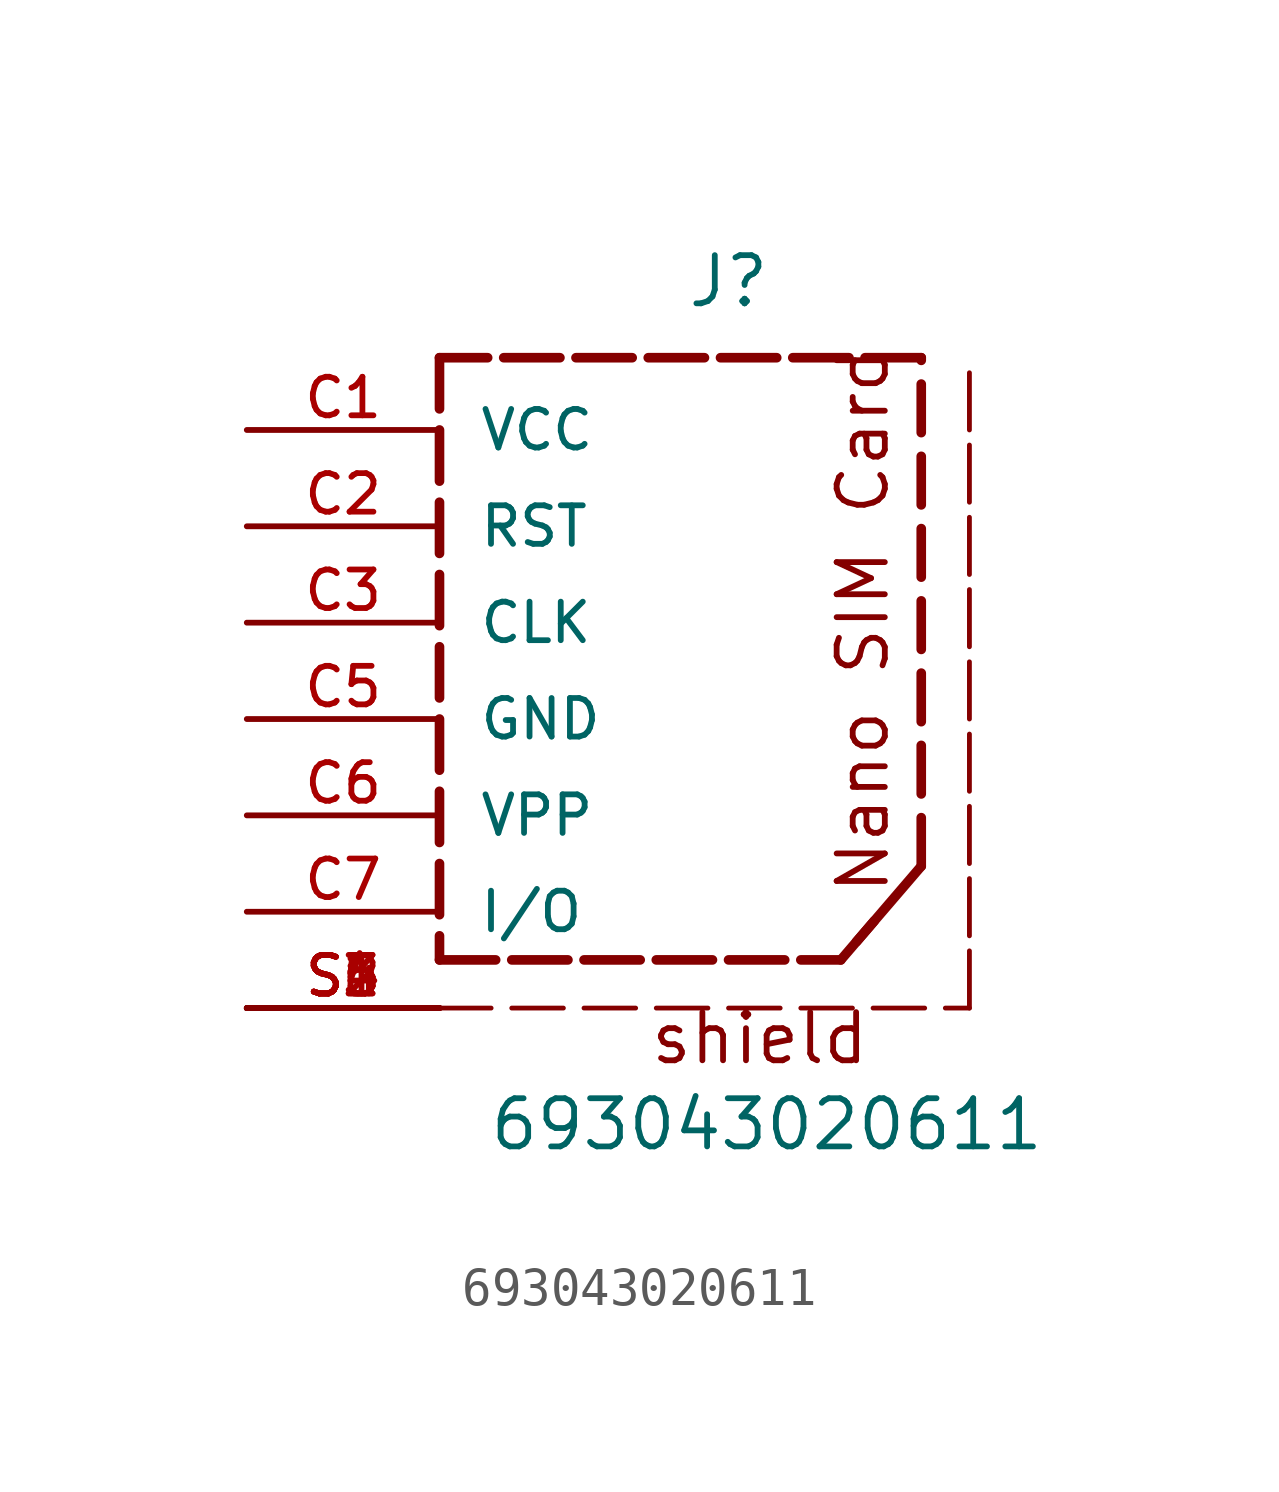
<source format=kicad_sym>
(kicad_symbol_lib
  (version 20211014)
  (generator kicad_symbol_editor)
  (symbol "693043020611"
    (pin_names
      (offset 1.016))
    (property "Reference" "J"
      (at 0.0 8.255 0)
      (effects (font (size 1.27 1.27)) (justify bottom)))
    (property "Value" "693043020611"
      (at -6.35 -13.97 0)
      (effects (font (size 1.27 1.27)) (justify bottom left)))
    (symbol "693043020611_0_0"
      (text "Nano SIM Card" (at 4.283 -7.212 900) (effects (font (size 1.27 1.27)) (justify bottom left)))
      (text "shield" (at -2.12 -11.7 0) (effects (font (size 1.27 1.27)) (justify bottom left)))
      (polyline (pts (xy -7.62 6.985) (xy -7.62 5.636)) (stroke (width 0.254)))
      (polyline (pts (xy -7.62 5.08) (xy -7.62 3.731)) (stroke (width 0.254)))
      (polyline (pts (xy -7.62 3.175) (xy -7.62 1.826)) (stroke (width 0.254)))
      (polyline (pts (xy -7.62 1.27) (xy -7.62 -0.079)) (stroke (width 0.254)))
      (polyline (pts (xy -7.62 -0.635) (xy -7.62 -1.984)) (stroke (width 0.254)))
      (polyline (pts (xy -7.62 -2.54) (xy -7.62 -3.889)) (stroke (width 0.254)))
      (polyline (pts (xy -7.62 -4.445) (xy -7.62 -5.794)) (stroke (width 0.254)))
      (polyline (pts (xy -7.62 -6.35) (xy -7.62 -7.699)) (stroke (width 0.254)))
      (polyline (pts (xy -7.62 -8.255) (xy -7.62 -8.89)) (stroke (width 0.254)))
      (polyline (pts (xy -7.62 -8.89) (xy -6.139 -8.89)) (stroke (width 0.254)))
      (polyline (pts (xy -5.715 -8.89) (xy -4.234 -8.89)) (stroke (width 0.254)))
      (polyline (pts (xy -3.81 -8.89) (xy -2.329 -8.89)) (stroke (width 0.254)))
      (polyline (pts (xy -1.905 -8.89) (xy -0.424 -8.89)) (stroke (width 0.254)))
      (polyline (pts (xy 0.0 -8.89) (xy 1.481 -8.89)) (stroke (width 0.254)))
      (polyline (pts (xy 1.905 -8.89) (xy 2.96 -8.89)) (stroke (width 0.254)))
      (polyline (pts (xy 5.08 6.985) (xy 3.598 6.985)) (stroke (width 0.254)))
      (polyline (pts (xy 3.175 6.985) (xy 1.693 6.985)) (stroke (width 0.254)))
      (polyline (pts (xy 1.27 6.985) (xy -0.212 6.985)) (stroke (width 0.254)))
      (polyline (pts (xy -0.635 6.985) (xy -2.117 6.985)) (stroke (width 0.254)))
      (polyline (pts (xy -2.54 6.985) (xy -4.022 6.985)) (stroke (width 0.254)))
      (polyline (pts (xy -4.445 6.985) (xy -5.927 6.985)) (stroke (width 0.254)))
      (polyline (pts (xy -6.35 6.985) (xy -7.62 6.985)) (stroke (width 0.254)))
      (polyline (pts (xy 5.08 -6.42) (xy 5.08 -5.14)) (stroke (width 0.254)))
      (polyline (pts (xy 5.08 -4.515) (xy 5.08 -3.235)) (stroke (width 0.254)))
      (polyline (pts (xy 5.08 -2.61) (xy 5.08 -1.33)) (stroke (width 0.254)))
      (polyline (pts (xy 5.08 -0.705) (xy 5.08 0.575)) (stroke (width 0.254)))
      (polyline (pts (xy 5.08 1.2) (xy 5.08 2.48)) (stroke (width 0.254)))
      (polyline (pts (xy 5.08 3.105) (xy 5.08 4.385)) (stroke (width 0.254)))
      (polyline (pts (xy 5.08 5.01) (xy 5.08 6.29)) (stroke (width 0.254)))
      (polyline (pts (xy 5.08 6.915) (xy 5.08 6.985)) (stroke (width 0.254)))
      (polyline (pts (xy -7.62 -10.16) (xy -6.259 -10.16)) (stroke (width 0.127)))
      (polyline (pts (xy -5.715 -10.16) (xy -4.354 -10.16)) (stroke (width 0.127)))
      (polyline (pts (xy -3.81 -10.16) (xy -2.449 -10.16)) (stroke (width 0.127)))
      (polyline (pts (xy -1.905 -10.16) (xy -0.544 -10.16)) (stroke (width 0.127)))
      (polyline (pts (xy 0.0 -10.16) (xy 1.361 -10.16)) (stroke (width 0.127)))
      (polyline (pts (xy 1.905 -10.16) (xy 3.266 -10.16)) (stroke (width 0.127)))
      (polyline (pts (xy 3.81 -10.16) (xy 5.171 -10.16)) (stroke (width 0.127)))
      (polyline (pts (xy 5.715 -10.16) (xy 6.35 -10.16)) (stroke (width 0.127)))
      (polyline (pts (xy 6.35 -10.16) (xy 6.35 -8.652)) (stroke (width 0.127)))
      (polyline (pts (xy 6.35 -8.255) (xy 6.35 -6.747)) (stroke (width 0.127)))
      (polyline (pts (xy 6.35 -6.35) (xy 6.35 -4.842)) (stroke (width 0.127)))
      (polyline (pts (xy 6.35 -4.445) (xy 6.35 -2.937)) (stroke (width 0.127)))
      (polyline (pts (xy 6.35 -2.54) (xy 6.35 -1.032)) (stroke (width 0.127)))
      (polyline (pts (xy 6.35 -0.635) (xy 6.35 0.873)) (stroke (width 0.127)))
      (polyline (pts (xy 6.35 1.27) (xy 6.35 2.778)) (stroke (width 0.127)))
      (polyline (pts (xy 6.35 3.175) (xy 6.35 4.683)) (stroke (width 0.127)))
      (polyline (pts (xy 6.35 5.08) (xy 6.35 6.588)) (stroke (width 0.127)))
      (polyline (pts (xy 5.08 -6.42) (xy 3.374 -8.408)) (stroke (width 0.254)))
      (polyline (pts (xy 3.839 -7.866) (xy 2.96 -8.89)) (stroke (width 0.254)))
      (pin bidirectional line (at -12.7 5.08 0) (length 5.08) (name "VCC" (effects (font (size 1.016 1.016)))) (number "C1" (effects (font (size 1.016 1.016)))))
      (pin bidirectional line (at -12.7 2.54 0) (length 5.08) (name "RST" (effects (font (size 1.016 1.016)))) (number "C2" (effects (font (size 1.016 1.016)))))
      (pin bidirectional line (at -12.7 0.0 0) (length 5.08) (name "CLK" (effects (font (size 1.016 1.016)))) (number "C3" (effects (font (size 1.016 1.016)))))
      (pin bidirectional line (at -12.7 -2.54 0) (length 5.08) (name "GND" (effects (font (size 1.016 1.016)))) (number "C5" (effects (font (size 1.016 1.016)))))
      (pin bidirectional line (at -12.7 -5.08 0) (length 5.08) (name "VPP" (effects (font (size 1.016 1.016)))) (number "C6" (effects (font (size 1.016 1.016)))))
      (pin bidirectional line (at -12.7 -7.62 0) (length 5.08) (name "I/O" (effects (font (size 1.016 1.016)))) (number "C7" (effects (font (size 1.016 1.016)))))
      (pin bidirectional line (at -12.7 -10.16 0) (length 5.08) (name "~" (effects (font (size 1.016 1.016)))) (number "S1" (effects (font (size 1.016 1.016)))))
      (pin bidirectional line (at -12.7 -10.16 0) (length 5.08) (name "~" (effects (font (size 1.016 1.016)))) (number "S2" (effects (font (size 1.016 1.016)))))
      (pin bidirectional line (at -12.7 -10.16 0) (length 5.08) (name "~" (effects (font (size 1.016 1.016)))) (number "S3" (effects (font (size 1.016 1.016)))))
      (pin bidirectional line (at -12.7 -10.16 0) (length 5.08) (name "~" (effects (font (size 1.016 1.016)))) (number "S4" (effects (font (size 1.016 1.016)))))
      (pin bidirectional line (at -12.7 -10.16 0) (length 5.08) (name "~" (effects (font (size 1.016 1.016)))) (number "S5" (effects (font (size 1.016 1.016)))))
      (pin bidirectional line (at -12.7 -10.16 0) (length 5.08) (name "~" (effects (font (size 1.016 1.016)))) (number "S6" (effects (font (size 1.016 1.016))))))))
</source>
